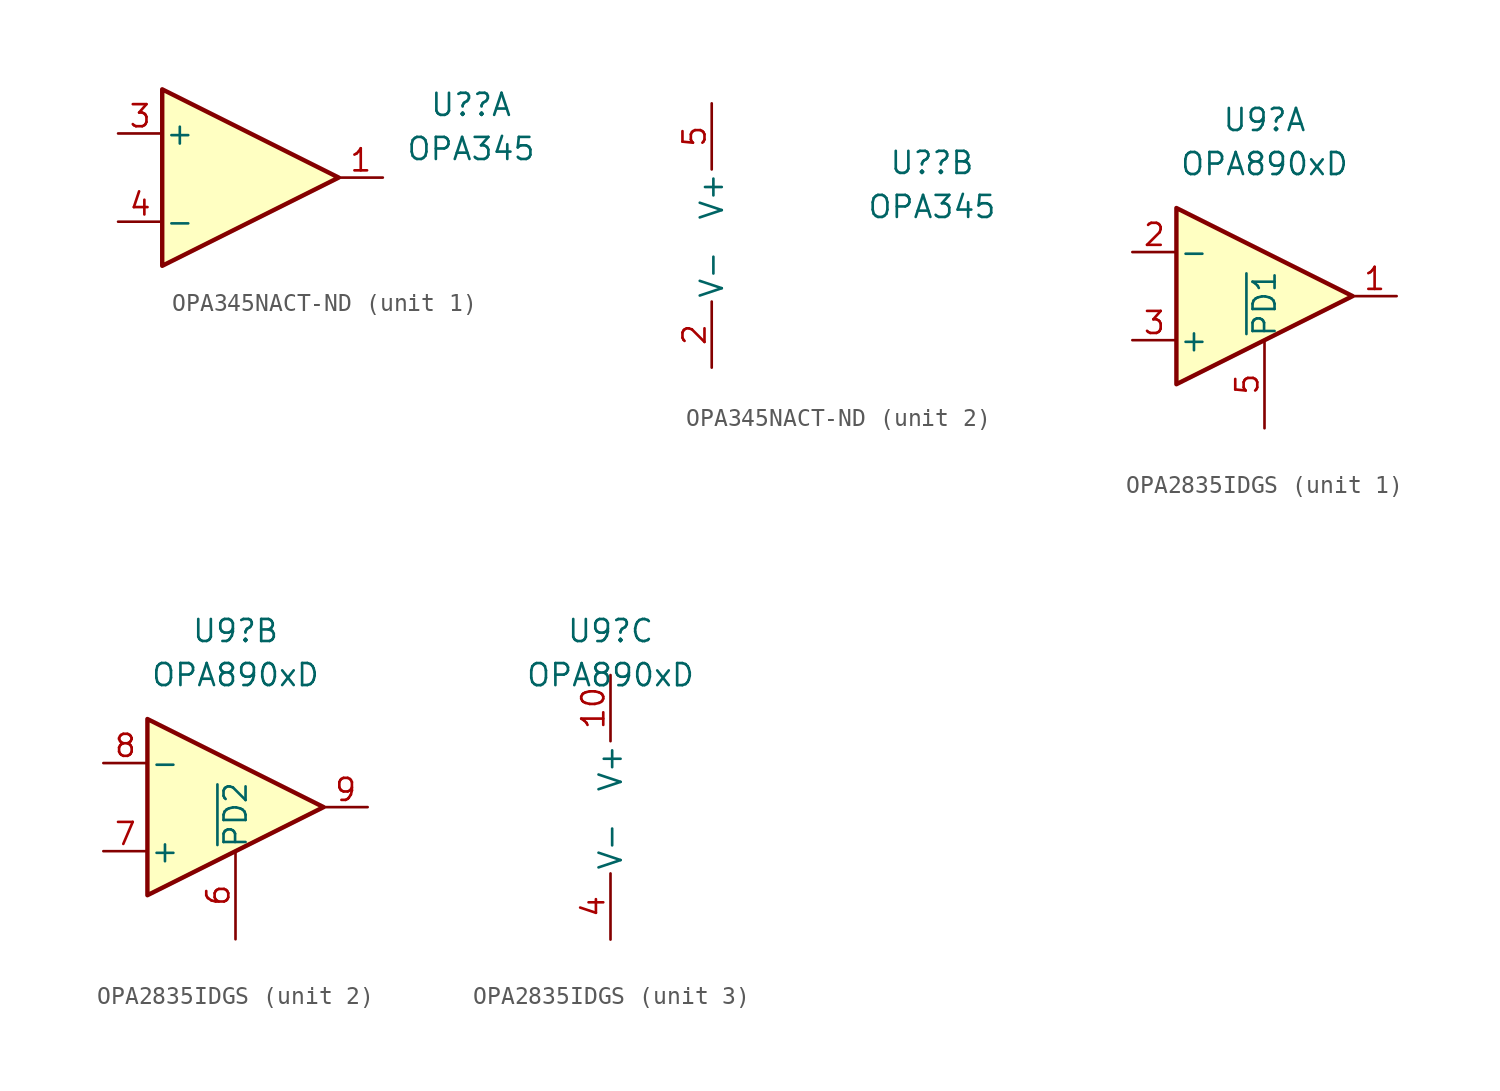
<source format=kicad_sym>
(kicad_symbol_lib
  (version 20220914)
  (generator kicad_symbol_editor)
  (symbol "OPA345NACT-ND"
    (pin_names
      (offset 0.127))
    (property "Reference" "U?"
      (at 12.7 4.191 0)
      (effects (font (size 1.27 1.27))))
    (property "Value" "OPA345"
      (at 12.7 1.651 0)
      (effects (font (size 1.27 1.27))))
    (property "ki_locked" ""
      (at 0 0 0)
      (effects (font (size 1.27 1.27))))
    (symbol "OPA345NACT-ND_1_1"
      (polyline (pts (xy -5.08 5.08) (xy 5.08 0) (xy -5.08 -5.08) (xy -5.08 5.08)) (stroke (width 0.254) (type default)) (fill (type background)))
      (pin output line (at 7.62 0 180) (length 2.54) (name "~" (effects (font (size 1.27 1.27)))) (number "1" (effects (font (size 1.27 1.27)))))
      (pin input line (at -7.62 2.54 0) (length 2.54) (name "+" (effects (font (size 1.27 1.27)))) (number "3" (effects (font (size 1.27 1.27)))))
      (pin input line (at -7.62 -2.54 0) (length 2.54) (name "-" (effects (font (size 1.27 1.27)))) (number "4" (effects (font (size 1.27 1.27))))))
    (symbol "OPA345NACT-ND_2_1"
      (pin power_in line (at 0 -7.62 90) (length 3.81) (name "V-" (effects (font (size 1.27 1.27)))) (number "2" (effects (font (size 1.27 1.27)))))
      (pin power_in line (at 0 7.62 270) (length 3.81) (name "V+" (effects (font (size 1.27 1.27)))) (number "5" (effects (font (size 1.27 1.27)))))))
  (symbol "OPA2835IDGS"
    (pin_names
      (offset 0.127))
    (property "Reference" "U9"
      (at 0 10.16 0)
      (effects (font (size 1.27 1.27))))
    (property "Value" "OPA890xD"
      (at 0 7.62 0)
      (effects (font (size 1.27 1.27))))
    (property "ki_locked" ""
      (at 0 0 0)
      (effects (font (size 1.27 1.27))))
    (symbol "OPA2835IDGS_1_1"
      (polyline (pts (xy -5.08 5.08) (xy 5.08 0) (xy -5.08 -5.08) (xy -5.08 5.08)) (stroke (width 0.254) (type default)) (fill (type background)))
      (pin output line (at 7.62 0 180) (length 2.54) (name "~" (effects (font (size 1.27 1.27)))) (number "1" (effects (font (size 1.27 1.27)))))
      (pin input line (at -7.62 2.54 0) (length 2.54) (name "-" (effects (font (size 1.27 1.27)))) (number "2" (effects (font (size 1.27 1.27)))))
      (pin input line (at -7.62 -2.54 0) (length 2.54) (name "+" (effects (font (size 1.27 1.27)))) (number "3" (effects (font (size 1.27 1.27)))))
      (pin input line (at 0 -7.62 90) (length 5.08) (name "~{PD1}" (effects (font (size 1.27 1.27)))) (number "5" (effects (font (size 1.27 1.27))))))
    (symbol "OPA2835IDGS_2_1"
      (polyline (pts (xy -5.08 5.08) (xy 5.08 0) (xy -5.08 -5.08) (xy -5.08 5.08)) (stroke (width 0.254) (type default)) (fill (type background)))
      (pin input line (at 0 -7.62 90) (length 5.08) (name "~{PD2}" (effects (font (size 1.27 1.27)))) (number "6" (effects (font (size 1.27 1.27)))))
      (pin input line (at -7.62 -2.54 0) (length 2.54) (name "+" (effects (font (size 1.27 1.27)))) (number "7" (effects (font (size 1.27 1.27)))))
      (pin input line (at -7.62 2.54 0) (length 2.54) (name "-" (effects (font (size 1.27 1.27)))) (number "8" (effects (font (size 1.27 1.27)))))
      (pin output line (at 7.62 0 180) (length 2.54) (name "~" (effects (font (size 1.27 1.27)))) (number "9" (effects (font (size 1.27 1.27))))))
    (symbol "OPA2835IDGS_3_1"
      (pin power_in line (at 0 7.62 270) (length 3.81) (name "V+" (effects (font (size 1.27 1.27)))) (number "10" (effects (font (size 1.27 1.27)))))
      (pin power_in line (at 0 -7.62 90) (length 3.81) (name "V-" (effects (font (size 1.27 1.27)))) (number "4" (effects (font (size 1.27 1.27))))))))
</source>
